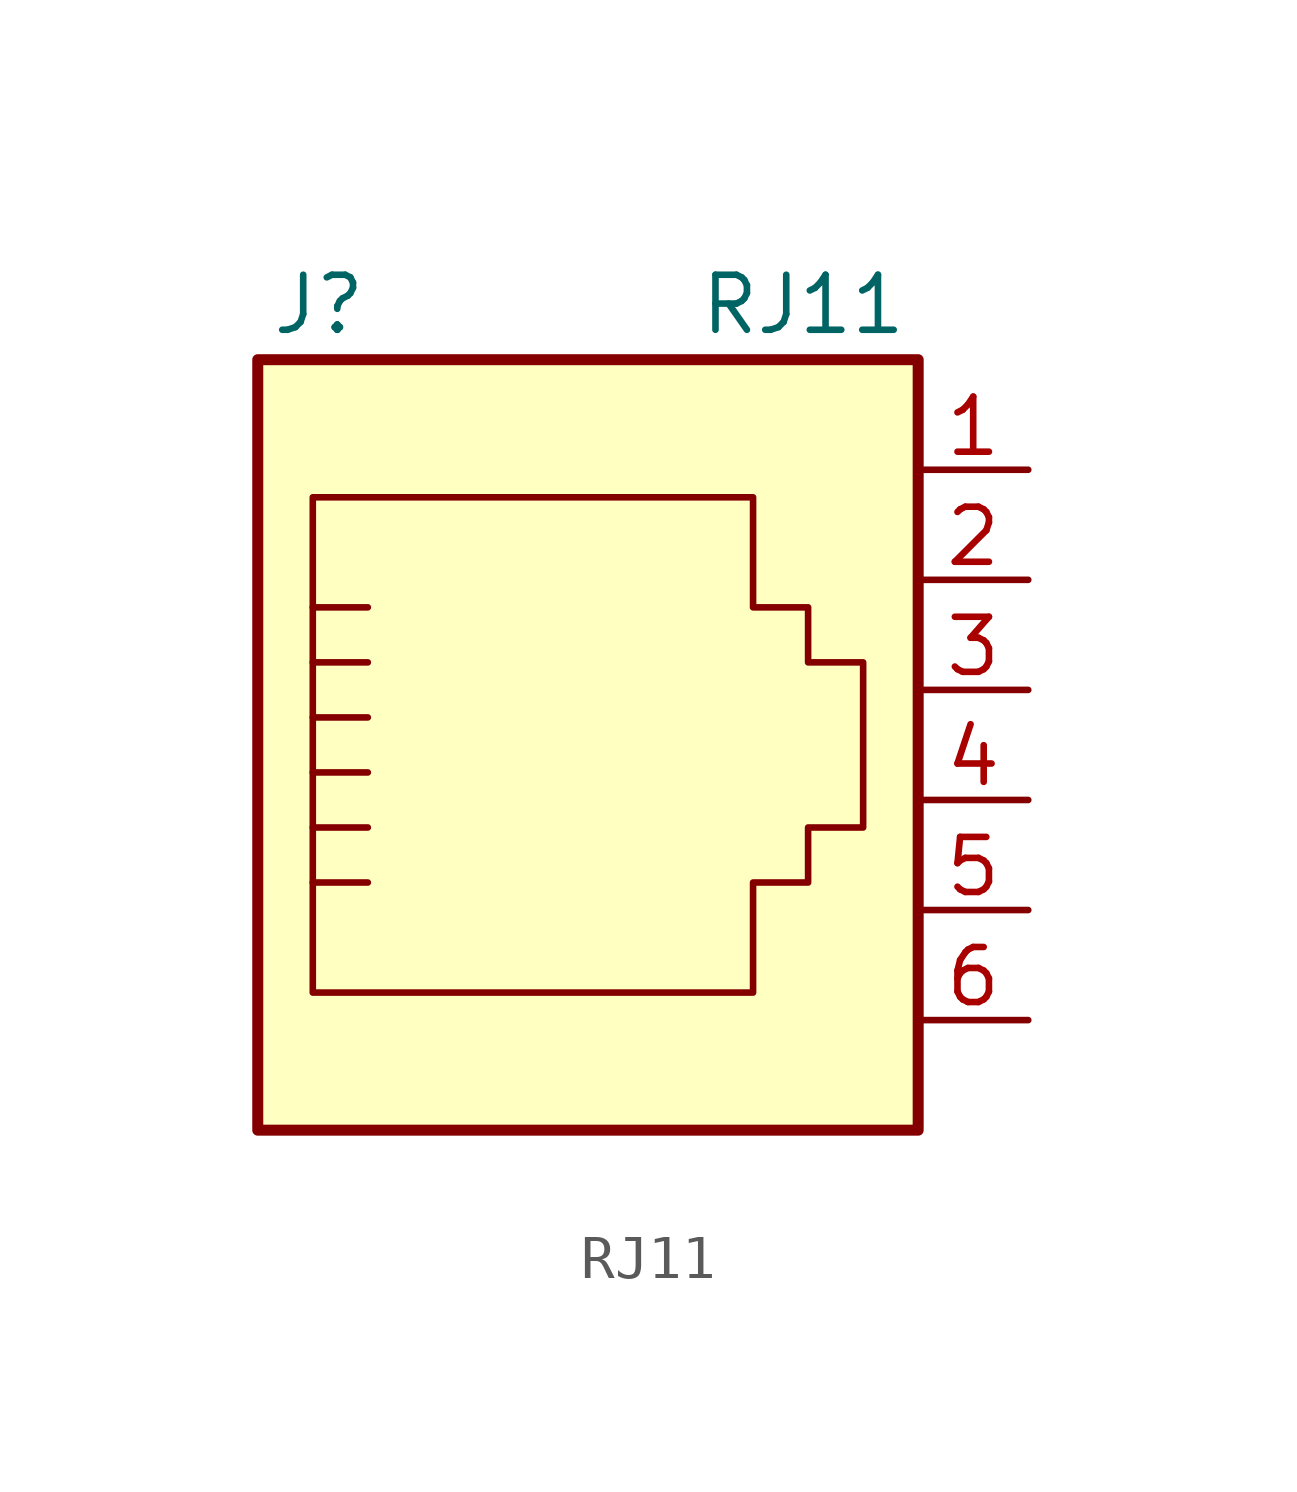
<source format=kicad_sym>
(kicad_symbol_lib
  (version 20241209)
  (generator "kicad_symbol_editor")
  (generator_version "9.0")
  (symbol "RJ11"
    (pin_names
      (offset 1.016))
    (property "Reference" "J"
      (at -5.08 11.43 0)
      (effects (font (size 1.27 1.27)) (justify right)))
    (property "Value" "RJ11"
      (at 2.54 11.43 0)
      (effects (font (size 1.27 1.27)) (justify left)))
    (symbol "RJ11_0_1"
      (polyline (pts (xy -6.35 3.175) (xy -5.08 3.175) (xy -5.08 3.175)) (stroke (width 0) (type default)) (fill (type none)))
      (polyline (pts (xy -6.35 1.905) (xy -5.08 1.905) (xy -5.08 1.905)) (stroke (width 0) (type default)) (fill (type none)))
      (polyline (pts (xy -6.35 0.635) (xy -5.08 0.635) (xy -5.08 0.635)) (stroke (width 0) (type default)) (fill (type none)))
      (polyline (pts (xy -6.35 -0.635) (xy -5.08 -0.635) (xy -5.08 -0.635)) (stroke (width 0) (type default)) (fill (type none)))
      (polyline (pts (xy -6.35 -1.905) (xy -5.08 -1.905) (xy -5.08 -1.905)) (stroke (width 0) (type default)) (fill (type none)))
      (polyline (pts (xy -6.35 -4.445) (xy -6.35 6.985) (xy 3.81 6.985) (xy 3.81 4.445) (xy 5.08 4.445) (xy 5.08 3.175) (xy 6.35 3.175) (xy 6.35 -0.635) (xy 5.08 -0.635) (xy 5.08 -1.905) (xy 3.81 -1.905) (xy 3.81 -4.445) (xy -6.35 -4.445) (xy -6.35 -4.445)) (stroke (width 0) (type default)) (fill (type none)))
      (polyline (pts (xy -5.08 4.445) (xy -6.35 4.445) (xy -6.35 4.445)) (stroke (width 0) (type default)) (fill (type none)))
      (rectangle (start 7.62 10.16) (end -7.62 -7.62) (stroke (width 0.254) (type default)) (fill (type background))))
    (symbol "RJ11_1_1"
      (pin passive line (at 10.16 7.62 180) (length 2.54) (name "~" (effects (font (size 1.27 1.27)))) (number "1" (effects (font (size 1.27 1.27)))))
      (pin passive line (at 10.16 5.08 180) (length 2.54) (name "~" (effects (font (size 1.27 1.27)))) (number "2" (effects (font (size 1.27 1.27)))))
      (pin passive line (at 10.16 2.54 180) (length 2.54) (name "~" (effects (font (size 1.27 1.27)))) (number "3" (effects (font (size 1.27 1.27)))))
      (pin passive line (at 10.16 0 180) (length 2.54) (name "~" (effects (font (size 1.27 1.27)))) (number "4" (effects (font (size 1.27 1.27)))))
      (pin passive line (at 10.16 -2.54 180) (length 2.54) (name "~" (effects (font (size 1.27 1.27)))) (number "5" (effects (font (size 1.27 1.27)))))
      (pin passive line (at 10.16 -5.08 180) (length 2.54) (name "~" (effects (font (size 1.27 1.27)))) (number "6" (effects (font (size 1.27 1.27))))))))
</source>
